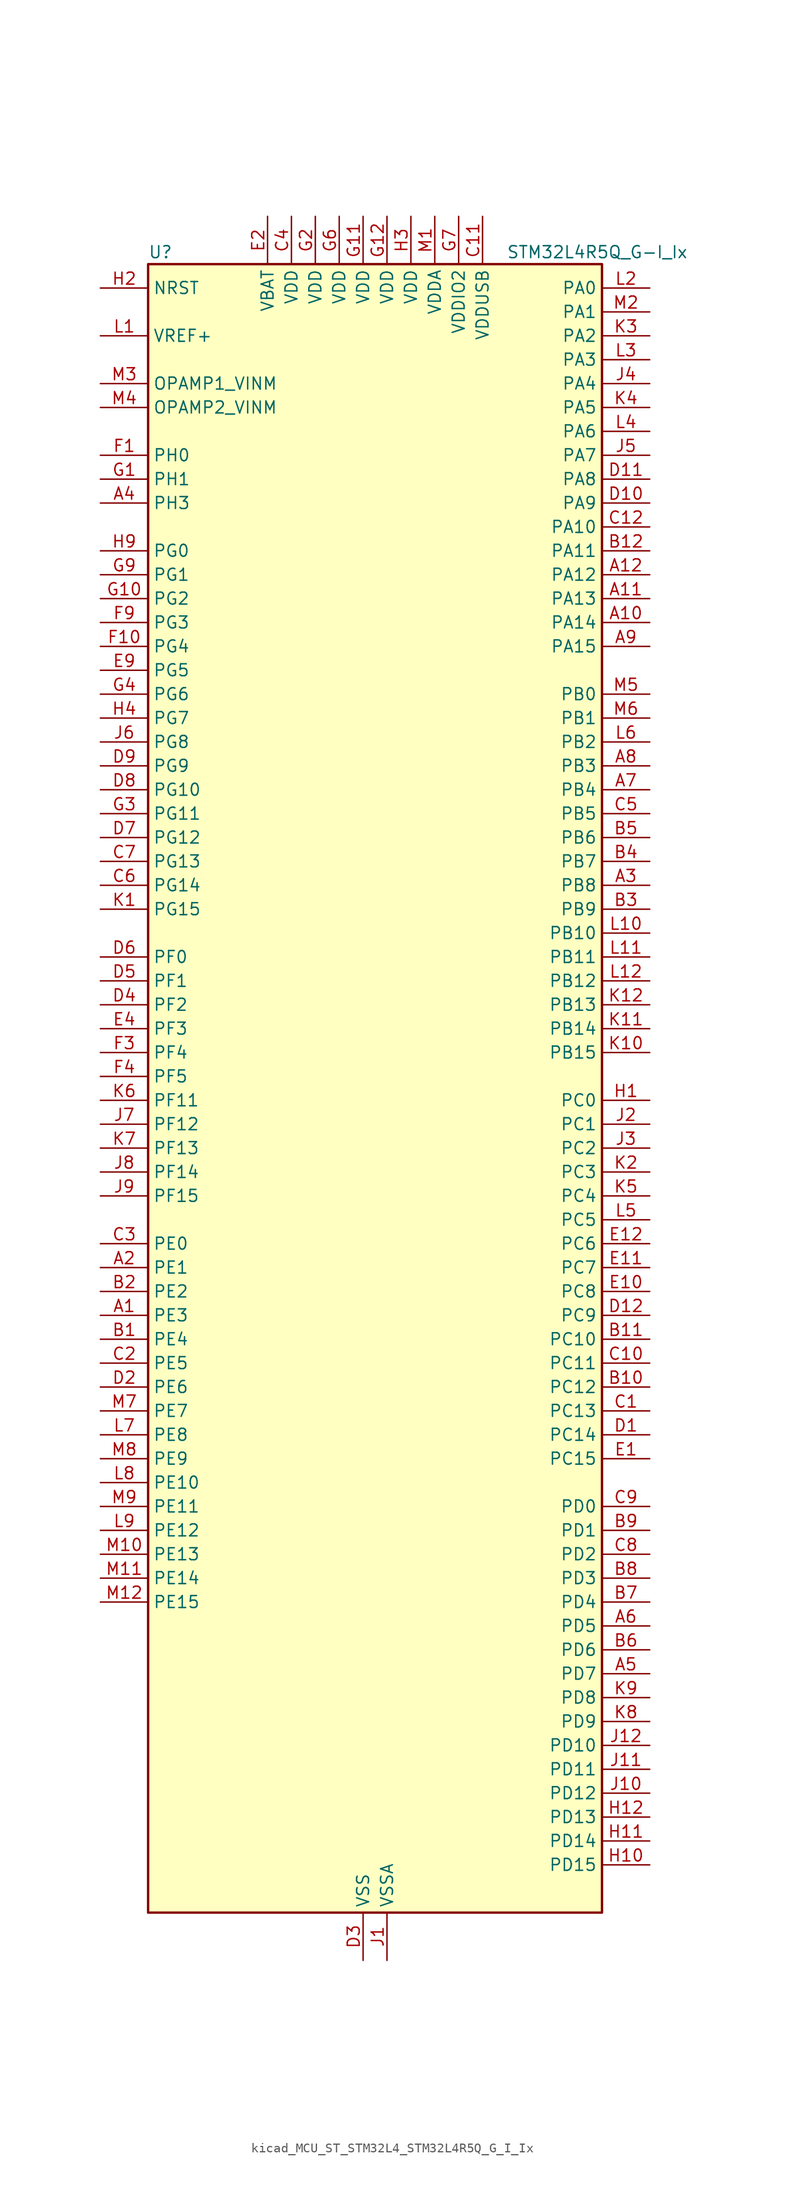
<source format=kicad_sym>
(kicad_symbol_lib
  (version 20220914)
  (generator kicad_symbol_editor)
  (symbol "kicad_MCU_ST_STM32L4_STM32L4R5Q_G_I_Ix"
    (property "Reference" "U"
      (at -22.86 90.17 0)
      (effects (font (size 1.27 1.27)) (justify left)))
    (property "Value" "STM32L4R5Q_G-I_Ix"
      (at 15.24 90.17 0)
      (effects (font (size 1.27 1.27)) (justify left)))
    (property "ki_locked" ""
      (at 0 0 0)
      (effects (font (size 1.27 1.27))))
    (symbol "kicad_MCU_ST_STM32L4_STM32L4R5Q_G_I_Ix_0_1"
      (rectangle (start -22.86 -86.36) (end 25.4 88.9) (stroke (width 0.254) (type default)) (fill (type background))))
    (symbol "kicad_MCU_ST_STM32L4_STM32L4R5Q_G_I_Ix_1_1"
      (pin bidirectional line (at -27.94 -22.86 0) (length 5.08) (name "PE3" (effects (font (size 1.27 1.27)))) (number "A1" (effects (font (size 1.27 1.27)))) (alternate "FMC_A19" bidirectional line) (alternate "OCTOSPIM_P1_DQS" bidirectional line) (alternate "SAI1_SD_B" bidirectional line) (alternate "SYS_TRACED0" bidirectional line) (alternate "TIM3_CH1" bidirectional line) (alternate "TSC_G7_IO2" bidirectional line))
      (pin bidirectional line (at 30.48 50.8 180) (length 5.08) (name "PA14" (effects (font (size 1.27 1.27)))) (number "A10" (effects (font (size 1.27 1.27)))) (alternate "I2C1_SMBA" bidirectional line) (alternate "I2C4_SMBA" bidirectional line) (alternate "LPTIM1_OUT" bidirectional line) (alternate "SAI1_FS_B" bidirectional line) (alternate "SYS_JTCK-SWCLK" bidirectional line) (alternate "USB_OTG_FS_SOF" bidirectional line))
      (pin bidirectional line (at 30.48 53.34 180) (length 5.08) (name "PA13" (effects (font (size 1.27 1.27)))) (number "A11" (effects (font (size 1.27 1.27)))) (alternate "IR_OUT" bidirectional line) (alternate "SAI1_SD_B" bidirectional line) (alternate "SYS_JTMS-SWDIO" bidirectional line) (alternate "USB_OTG_FS_NOE" bidirectional line))
      (pin bidirectional line (at 30.48 55.88 180) (length 5.08) (name "PA12" (effects (font (size 1.27 1.27)))) (number "A12" (effects (font (size 1.27 1.27)))) (alternate "CAN1_TX" bidirectional line) (alternate "SPI1_MOSI" bidirectional line) (alternate "TIM1_ETR" bidirectional line) (alternate "USART1_DE" bidirectional line) (alternate "USART1_RTS" bidirectional line) (alternate "USB_OTG_FS_DP" bidirectional line))
      (pin bidirectional line (at -27.94 -17.78 0) (length 5.08) (name "PE1" (effects (font (size 1.27 1.27)))) (number "A2" (effects (font (size 1.27 1.27)))) (alternate "DCMI_D3" bidirectional line) (alternate "FMC_NBL1" bidirectional line) (alternate "TIM17_CH1" bidirectional line))
      (pin bidirectional line (at 30.48 22.86 180) (length 5.08) (name "PB8" (effects (font (size 1.27 1.27)))) (number "A3" (effects (font (size 1.27 1.27)))) (alternate "CAN1_RX" bidirectional line) (alternate "DCMI_D6" bidirectional line) (alternate "DFSDM1_CKOUT" bidirectional line) (alternate "DFSDM1_DATIN6" bidirectional line) (alternate "I2C1_SCL" bidirectional line) (alternate "SAI1_CK1" bidirectional line) (alternate "SAI1_MCLK_A" bidirectional line) (alternate "SDMMC1_CKIN" bidirectional line) (alternate "SDMMC1_D4" bidirectional line) (alternate "TIM16_CH1" bidirectional line) (alternate "TIM4_CH3" bidirectional line))
      (pin bidirectional line (at -27.94 63.5 0) (length 5.08) (name "PH3" (effects (font (size 1.27 1.27)))) (number "A4" (effects (font (size 1.27 1.27)))))
      (pin bidirectional line (at 30.48 -60.96 180) (length 5.08) (name "PD7" (effects (font (size 1.27 1.27)))) (number "A5" (effects (font (size 1.27 1.27)))) (alternate "DFSDM1_CKIN1" bidirectional line) (alternate "FMC_NCE" bidirectional line) (alternate "FMC_NE1" bidirectional line) (alternate "OCTOSPIM_P1_IO7" bidirectional line) (alternate "USART2_CK" bidirectional line))
      (pin bidirectional line (at 30.48 -55.88 180) (length 5.08) (name "PD5" (effects (font (size 1.27 1.27)))) (number "A6" (effects (font (size 1.27 1.27)))) (alternate "FMC_NWE" bidirectional line) (alternate "OCTOSPIM_P1_IO5" bidirectional line) (alternate "USART2_TX" bidirectional line))
      (pin bidirectional line (at 30.48 33.02 180) (length 5.08) (name "PB4" (effects (font (size 1.27 1.27)))) (number "A7" (effects (font (size 1.27 1.27)))) (alternate "COMP2_INP" bidirectional line) (alternate "DCMI_D12" bidirectional line) (alternate "I2C3_SDA" bidirectional line) (alternate "SAI1_MCLK_B" bidirectional line) (alternate "SPI1_MISO" bidirectional line) (alternate "SPI3_MISO" bidirectional line) (alternate "SYS_JTRST" bidirectional line) (alternate "TIM17_BKIN" bidirectional line) (alternate "TIM3_CH1" bidirectional line) (alternate "TSC_G2_IO1" bidirectional line) (alternate "UART5_DE" bidirectional line) (alternate "UART5_RTS" bidirectional line) (alternate "USART1_CTS" bidirectional line) (alternate "USART1_NSS" bidirectional line))
      (pin bidirectional line (at 30.48 35.56 180) (length 5.08) (name "PB3" (effects (font (size 1.27 1.27)))) (number "A8" (effects (font (size 1.27 1.27)))) (alternate "COMP2_INM" bidirectional line) (alternate "CRS_SYNC" bidirectional line) (alternate "SAI1_SCK_B" bidirectional line) (alternate "SPI1_SCK" bidirectional line) (alternate "SPI3_SCK" bidirectional line) (alternate "SYS_JTDO-SWO" bidirectional line) (alternate "TIM2_CH2" bidirectional line) (alternate "USART1_DE" bidirectional line) (alternate "USART1_RTS" bidirectional line))
      (pin bidirectional line (at 30.48 48.26 180) (length 5.08) (name "PA15" (effects (font (size 1.27 1.27)))) (number "A9" (effects (font (size 1.27 1.27)))) (alternate "ADC1_EXTI15" bidirectional line) (alternate "SAI2_FS_B" bidirectional line) (alternate "SPI1_NSS" bidirectional line) (alternate "SPI3_NSS" bidirectional line) (alternate "SYS_JTDI" bidirectional line) (alternate "TIM2_CH1" bidirectional line) (alternate "TIM2_ETR" bidirectional line) (alternate "TSC_G3_IO1" bidirectional line) (alternate "UART4_DE" bidirectional line) (alternate "UART4_RTS" bidirectional line) (alternate "USART2_RX" bidirectional line) (alternate "USART3_DE" bidirectional line) (alternate "USART3_RTS" bidirectional line))
      (pin bidirectional line (at -27.94 -25.4 0) (length 5.08) (name "PE4" (effects (font (size 1.27 1.27)))) (number "B1" (effects (font (size 1.27 1.27)))) (alternate "DCMI_D4" bidirectional line) (alternate "DFSDM1_DATIN3" bidirectional line) (alternate "FMC_A20" bidirectional line) (alternate "SAI1_D2" bidirectional line) (alternate "SAI1_FS_A" bidirectional line) (alternate "SYS_TRACED1" bidirectional line) (alternate "TIM3_CH2" bidirectional line) (alternate "TSC_G7_IO3" bidirectional line))
      (pin bidirectional line (at 30.48 -30.48 180) (length 5.08) (name "PC12" (effects (font (size 1.27 1.27)))) (number "B10" (effects (font (size 1.27 1.27)))) (alternate "DCMI_D9" bidirectional line) (alternate "SAI2_SD_B" bidirectional line) (alternate "SDMMC1_CK" bidirectional line) (alternate "SPI3_MOSI" bidirectional line) (alternate "SYS_TRACED3" bidirectional line) (alternate "TSC_G3_IO4" bidirectional line) (alternate "UART5_TX" bidirectional line) (alternate "USART3_CK" bidirectional line))
      (pin bidirectional line (at 30.48 -25.4 180) (length 5.08) (name "PC10" (effects (font (size 1.27 1.27)))) (number "B11" (effects (font (size 1.27 1.27)))) (alternate "DCMI_D8" bidirectional line) (alternate "SAI2_SCK_B" bidirectional line) (alternate "SDMMC1_D2" bidirectional line) (alternate "SPI3_SCK" bidirectional line) (alternate "SYS_TRACED1" bidirectional line) (alternate "TSC_G3_IO2" bidirectional line) (alternate "UART4_TX" bidirectional line) (alternate "USART3_TX" bidirectional line))
      (pin bidirectional line (at 30.48 58.42 180) (length 5.08) (name "PA11" (effects (font (size 1.27 1.27)))) (number "B12" (effects (font (size 1.27 1.27)))) (alternate "ADC1_EXTI11" bidirectional line) (alternate "CAN1_RX" bidirectional line) (alternate "SPI1_MISO" bidirectional line) (alternate "TIM1_BKIN2" bidirectional line) (alternate "TIM1_CH4" bidirectional line) (alternate "USART1_CTS" bidirectional line) (alternate "USART1_NSS" bidirectional line) (alternate "USB_OTG_FS_DM" bidirectional line))
      (pin bidirectional line (at -27.94 -20.32 0) (length 5.08) (name "PE2" (effects (font (size 1.27 1.27)))) (number "B2" (effects (font (size 1.27 1.27)))) (alternate "FMC_A23" bidirectional line) (alternate "SAI1_CK1" bidirectional line) (alternate "SAI1_MCLK_A" bidirectional line) (alternate "SYS_TRACECLK" bidirectional line) (alternate "TIM3_ETR" bidirectional line) (alternate "TSC_G7_IO1" bidirectional line))
      (pin bidirectional line (at 30.48 20.32 180) (length 5.08) (name "PB9" (effects (font (size 1.27 1.27)))) (number "B3" (effects (font (size 1.27 1.27)))) (alternate "CAN1_TX" bidirectional line) (alternate "DAC1_EXTI9" bidirectional line) (alternate "DCMI_D7" bidirectional line) (alternate "DFSDM1_CKIN6" bidirectional line) (alternate "I2C1_SDA" bidirectional line) (alternate "IR_OUT" bidirectional line) (alternate "SAI1_D2" bidirectional line) (alternate "SAI1_FS_A" bidirectional line) (alternate "SDMMC1_CDIR" bidirectional line) (alternate "SDMMC1_D5" bidirectional line) (alternate "SPI2_NSS" bidirectional line) (alternate "TIM17_CH1" bidirectional line) (alternate "TIM4_CH4" bidirectional line))
      (pin bidirectional line (at 30.48 25.4 180) (length 5.08) (name "PB7" (effects (font (size 1.27 1.27)))) (number "B4" (effects (font (size 1.27 1.27)))) (alternate "COMP2_INM" bidirectional line) (alternate "DCMI_VSYNC" bidirectional line) (alternate "DFSDM1_CKIN5" bidirectional line) (alternate "FMC_NL" bidirectional line) (alternate "I2C1_SDA" bidirectional line) (alternate "I2C4_SDA" bidirectional line) (alternate "LPTIM1_IN2" bidirectional line) (alternate "SYS_PVD_IN" bidirectional line) (alternate "TIM17_CH1N" bidirectional line) (alternate "TIM4_CH2" bidirectional line) (alternate "TIM8_BKIN" bidirectional line) (alternate "TSC_G2_IO4" bidirectional line) (alternate "UART4_CTS" bidirectional line) (alternate "USART1_RX" bidirectional line))
      (pin bidirectional line (at 30.48 27.94 180) (length 5.08) (name "PB6" (effects (font (size 1.27 1.27)))) (number "B5" (effects (font (size 1.27 1.27)))) (alternate "COMP2_INP" bidirectional line) (alternate "DCMI_D5" bidirectional line) (alternate "DFSDM1_DATIN5" bidirectional line) (alternate "I2C1_SCL" bidirectional line) (alternate "I2C4_SCL" bidirectional line) (alternate "LPTIM1_ETR" bidirectional line) (alternate "SAI1_FS_B" bidirectional line) (alternate "TIM16_CH1N" bidirectional line) (alternate "TIM4_CH1" bidirectional line) (alternate "TIM8_BKIN2" bidirectional line) (alternate "TSC_G2_IO3" bidirectional line) (alternate "USART1_TX" bidirectional line))
      (pin bidirectional line (at 30.48 -58.42 180) (length 5.08) (name "PD6" (effects (font (size 1.27 1.27)))) (number "B6" (effects (font (size 1.27 1.27)))) (alternate "DCMI_D10" bidirectional line) (alternate "DFSDM1_DATIN1" bidirectional line) (alternate "FMC_NWAIT" bidirectional line) (alternate "OCTOSPIM_P1_IO6" bidirectional line) (alternate "SAI1_D1" bidirectional line) (alternate "SAI1_SD_A" bidirectional line) (alternate "SPI3_MOSI" bidirectional line) (alternate "USART2_RX" bidirectional line))
      (pin bidirectional line (at 30.48 -53.34 180) (length 5.08) (name "PD4" (effects (font (size 1.27 1.27)))) (number "B7" (effects (font (size 1.27 1.27)))) (alternate "DFSDM1_CKIN0" bidirectional line) (alternate "FMC_NOE" bidirectional line) (alternate "OCTOSPIM_P1_IO4" bidirectional line) (alternate "SPI2_MOSI" bidirectional line) (alternate "USART2_DE" bidirectional line) (alternate "USART2_RTS" bidirectional line))
      (pin bidirectional line (at 30.48 -50.8 180) (length 5.08) (name "PD3" (effects (font (size 1.27 1.27)))) (number "B8" (effects (font (size 1.27 1.27)))) (alternate "DCMI_D5" bidirectional line) (alternate "DFSDM1_DATIN0" bidirectional line) (alternate "FMC_CLK" bidirectional line) (alternate "OCTOSPIM_P2_NCS" bidirectional line) (alternate "SPI2_MISO" bidirectional line) (alternate "SPI2_SCK" bidirectional line) (alternate "USART2_CTS" bidirectional line) (alternate "USART2_NSS" bidirectional line))
      (pin bidirectional line (at 30.48 -45.72 180) (length 5.08) (name "PD1" (effects (font (size 1.27 1.27)))) (number "B9" (effects (font (size 1.27 1.27)))) (alternate "CAN1_TX" bidirectional line) (alternate "DFSDM1_CKIN7" bidirectional line) (alternate "FMC_D3" bidirectional line) (alternate "FMC_DA3" bidirectional line) (alternate "SPI2_SCK" bidirectional line))
      (pin bidirectional line (at 30.48 -33.02 180) (length 5.08) (name "PC13" (effects (font (size 1.27 1.27)))) (number "C1" (effects (font (size 1.27 1.27)))) (alternate "RTC_OUT_ALARM" bidirectional line) (alternate "RTC_OUT_CALIB" bidirectional line) (alternate "RTC_TAMP1" bidirectional line) (alternate "RTC_TS" bidirectional line) (alternate "SYS_WKUP2" bidirectional line))
      (pin bidirectional line (at 30.48 -27.94 180) (length 5.08) (name "PC11" (effects (font (size 1.27 1.27)))) (number "C10" (effects (font (size 1.27 1.27)))) (alternate "ADC1_EXTI11" bidirectional line) (alternate "DCMI_D2" bidirectional line) (alternate "DCMI_D4" bidirectional line) (alternate "OCTOSPIM_P1_NCS" bidirectional line) (alternate "SAI2_MCLK_B" bidirectional line) (alternate "SDMMC1_D3" bidirectional line) (alternate "SPI3_MISO" bidirectional line) (alternate "TSC_G3_IO3" bidirectional line) (alternate "UART4_RX" bidirectional line) (alternate "USART3_RX" bidirectional line))
      (pin power_in line (at 12.7 93.98 270) (length 5.08) (name "VDDUSB" (effects (font (size 1.27 1.27)))) (number "C11" (effects (font (size 1.27 1.27)))))
      (pin bidirectional line (at 30.48 60.96 180) (length 5.08) (name "PA10" (effects (font (size 1.27 1.27)))) (number "C12" (effects (font (size 1.27 1.27)))) (alternate "DCMI_D1" bidirectional line) (alternate "SAI1_D1" bidirectional line) (alternate "SAI1_SD_A" bidirectional line) (alternate "TIM17_BKIN" bidirectional line) (alternate "TIM1_CH3" bidirectional line) (alternate "USART1_RX" bidirectional line) (alternate "USB_OTG_FS_ID" bidirectional line))
      (pin bidirectional line (at -27.94 -27.94 0) (length 5.08) (name "PE5" (effects (font (size 1.27 1.27)))) (number "C2" (effects (font (size 1.27 1.27)))) (alternate "DCMI_D6" bidirectional line) (alternate "DFSDM1_CKIN3" bidirectional line) (alternate "FMC_A21" bidirectional line) (alternate "SAI1_CK2" bidirectional line) (alternate "SAI1_SCK_A" bidirectional line) (alternate "SYS_TRACED2" bidirectional line) (alternate "TIM3_CH3" bidirectional line) (alternate "TSC_G7_IO4" bidirectional line))
      (pin bidirectional line (at -27.94 -15.24 0) (length 5.08) (name "PE0" (effects (font (size 1.27 1.27)))) (number "C3" (effects (font (size 1.27 1.27)))) (alternate "DCMI_D2" bidirectional line) (alternate "FMC_NBL0" bidirectional line) (alternate "TIM16_CH1" bidirectional line) (alternate "TIM4_ETR" bidirectional line))
      (pin power_in line (at -7.62 93.98 270) (length 5.08) (name "VDD" (effects (font (size 1.27 1.27)))) (number "C4" (effects (font (size 1.27 1.27)))))
      (pin bidirectional line (at 30.48 30.48 180) (length 5.08) (name "PB5" (effects (font (size 1.27 1.27)))) (number "C5" (effects (font (size 1.27 1.27)))) (alternate "COMP2_OUT" bidirectional line) (alternate "DCMI_D10" bidirectional line) (alternate "I2C1_SMBA" bidirectional line) (alternate "LPTIM1_IN1" bidirectional line) (alternate "SAI1_SD_B" bidirectional line) (alternate "SPI1_MOSI" bidirectional line) (alternate "SPI3_MOSI" bidirectional line) (alternate "TIM16_BKIN" bidirectional line) (alternate "TIM3_CH2" bidirectional line) (alternate "TSC_G2_IO2" bidirectional line) (alternate "UART5_CTS" bidirectional line) (alternate "USART1_CK" bidirectional line))
      (pin bidirectional line (at -27.94 22.86 0) (length 5.08) (name "PG14" (effects (font (size 1.27 1.27)))) (number "C6" (effects (font (size 1.27 1.27)))) (alternate "FMC_A25" bidirectional line) (alternate "I2C1_SCL" bidirectional line))
      (pin bidirectional line (at -27.94 25.4 0) (length 5.08) (name "PG13" (effects (font (size 1.27 1.27)))) (number "C7" (effects (font (size 1.27 1.27)))) (alternate "FMC_A24" bidirectional line) (alternate "I2C1_SDA" bidirectional line) (alternate "USART1_CK" bidirectional line))
      (pin bidirectional line (at 30.48 -48.26 180) (length 5.08) (name "PD2" (effects (font (size 1.27 1.27)))) (number "C8" (effects (font (size 1.27 1.27)))) (alternate "DCMI_D11" bidirectional line) (alternate "SDMMC1_CMD" bidirectional line) (alternate "SYS_TRACED2" bidirectional line) (alternate "TIM3_ETR" bidirectional line) (alternate "TSC_SYNC" bidirectional line) (alternate "UART5_RX" bidirectional line) (alternate "USART3_DE" bidirectional line) (alternate "USART3_RTS" bidirectional line))
      (pin bidirectional line (at 30.48 -43.18 180) (length 5.08) (name "PD0" (effects (font (size 1.27 1.27)))) (number "C9" (effects (font (size 1.27 1.27)))) (alternate "CAN1_RX" bidirectional line) (alternate "DFSDM1_DATIN7" bidirectional line) (alternate "FMC_D2" bidirectional line) (alternate "FMC_DA2" bidirectional line) (alternate "SPI2_NSS" bidirectional line))
      (pin bidirectional line (at 30.48 -35.56 180) (length 5.08) (name "PC14" (effects (font (size 1.27 1.27)))) (number "D1" (effects (font (size 1.27 1.27)))) (alternate "RCC_OSC32_IN" bidirectional line))
      (pin bidirectional line (at 30.48 63.5 180) (length 5.08) (name "PA9" (effects (font (size 1.27 1.27)))) (number "D10" (effects (font (size 1.27 1.27)))) (alternate "DAC1_EXTI9" bidirectional line) (alternate "DCMI_D0" bidirectional line) (alternate "SAI1_FS_A" bidirectional line) (alternate "SPI2_SCK" bidirectional line) (alternate "TIM15_BKIN" bidirectional line) (alternate "TIM1_CH2" bidirectional line) (alternate "USART1_TX" bidirectional line) (alternate "USB_OTG_FS_VBUS" bidirectional line))
      (pin bidirectional line (at 30.48 66.04 180) (length 5.08) (name "PA8" (effects (font (size 1.27 1.27)))) (number "D11" (effects (font (size 1.27 1.27)))) (alternate "LPTIM2_OUT" bidirectional line) (alternate "RCC_MCO" bidirectional line) (alternate "SAI1_CK2" bidirectional line) (alternate "SAI1_SCK_A" bidirectional line) (alternate "TIM1_CH1" bidirectional line) (alternate "USART1_CK" bidirectional line) (alternate "USB_OTG_FS_SOF" bidirectional line))
      (pin bidirectional line (at 30.48 -22.86 180) (length 5.08) (name "PC9" (effects (font (size 1.27 1.27)))) (number "D12" (effects (font (size 1.27 1.27)))) (alternate "DAC1_EXTI9" bidirectional line) (alternate "DCMI_D3" bidirectional line) (alternate "I2C3_SDA" bidirectional line) (alternate "SAI2_EXTCLK" bidirectional line) (alternate "SDMMC1_D1" bidirectional line) (alternate "SYS_TRACED0" bidirectional line) (alternate "TIM3_CH4" bidirectional line) (alternate "TIM8_BKIN2" bidirectional line) (alternate "TIM8_CH4" bidirectional line) (alternate "TSC_G4_IO4" bidirectional line) (alternate "USB_OTG_FS_NOE" bidirectional line))
      (pin bidirectional line (at -27.94 -30.48 0) (length 5.08) (name "PE6" (effects (font (size 1.27 1.27)))) (number "D2" (effects (font (size 1.27 1.27)))) (alternate "DCMI_D7" bidirectional line) (alternate "FMC_A22" bidirectional line) (alternate "RTC_TAMP3" bidirectional line) (alternate "SAI1_D1" bidirectional line) (alternate "SAI1_SD_A" bidirectional line) (alternate "SYS_TRACED3" bidirectional line) (alternate "SYS_WKUP3" bidirectional line) (alternate "TIM3_CH4" bidirectional line))
      (pin power_in line (at 0 -91.44 90) (length 5.08) (name "VSS" (effects (font (size 1.27 1.27)))) (number "D3" (effects (font (size 1.27 1.27)))))
      (pin bidirectional line (at -27.94 10.16 0) (length 5.08) (name "PF2" (effects (font (size 1.27 1.27)))) (number "D4" (effects (font (size 1.27 1.27)))) (alternate "FMC_A2" bidirectional line) (alternate "I2C2_SMBA" bidirectional line) (alternate "OCTOSPIM_P2_IO2" bidirectional line))
      (pin bidirectional line (at -27.94 12.7 0) (length 5.08) (name "PF1" (effects (font (size 1.27 1.27)))) (number "D5" (effects (font (size 1.27 1.27)))) (alternate "FMC_A1" bidirectional line) (alternate "I2C2_SCL" bidirectional line) (alternate "OCTOSPIM_P2_IO1" bidirectional line))
      (pin bidirectional line (at -27.94 15.24 0) (length 5.08) (name "PF0" (effects (font (size 1.27 1.27)))) (number "D6" (effects (font (size 1.27 1.27)))) (alternate "FMC_A0" bidirectional line) (alternate "I2C2_SDA" bidirectional line) (alternate "OCTOSPIM_P2_IO0" bidirectional line))
      (pin bidirectional line (at -27.94 27.94 0) (length 5.08) (name "PG12" (effects (font (size 1.27 1.27)))) (number "D7" (effects (font (size 1.27 1.27)))) (alternate "FMC_NE4" bidirectional line) (alternate "LPTIM1_ETR" bidirectional line) (alternate "OCTOSPIM_P2_NCS" bidirectional line) (alternate "SAI2_SD_A" bidirectional line) (alternate "SPI3_NSS" bidirectional line) (alternate "USART1_DE" bidirectional line) (alternate "USART1_RTS" bidirectional line))
      (pin bidirectional line (at -27.94 33.02 0) (length 5.08) (name "PG10" (effects (font (size 1.27 1.27)))) (number "D8" (effects (font (size 1.27 1.27)))) (alternate "FMC_NE3" bidirectional line) (alternate "LPTIM1_IN1" bidirectional line) (alternate "OCTOSPIM_P2_IO7" bidirectional line) (alternate "SAI2_FS_A" bidirectional line) (alternate "SPI3_MISO" bidirectional line) (alternate "TIM15_CH1" bidirectional line) (alternate "USART1_RX" bidirectional line))
      (pin bidirectional line (at -27.94 35.56 0) (length 5.08) (name "PG9" (effects (font (size 1.27 1.27)))) (number "D9" (effects (font (size 1.27 1.27)))) (alternate "DAC1_EXTI9" bidirectional line) (alternate "FMC_NCE" bidirectional line) (alternate "FMC_NE2" bidirectional line) (alternate "OCTOSPIM_P2_IO6" bidirectional line) (alternate "SAI2_SCK_A" bidirectional line) (alternate "SPI3_SCK" bidirectional line) (alternate "TIM15_CH1N" bidirectional line) (alternate "USART1_TX" bidirectional line))
      (pin bidirectional line (at 30.48 -38.1 180) (length 5.08) (name "PC15" (effects (font (size 1.27 1.27)))) (number "E1" (effects (font (size 1.27 1.27)))) (alternate "ADC1_EXTI15" bidirectional line) (alternate "RCC_OSC32_OUT" bidirectional line))
      (pin bidirectional line (at 30.48 -20.32 180) (length 5.08) (name "PC8" (effects (font (size 1.27 1.27)))) (number "E10" (effects (font (size 1.27 1.27)))) (alternate "DCMI_D2" bidirectional line) (alternate "SDMMC1_D0" bidirectional line) (alternate "TIM3_CH3" bidirectional line) (alternate "TIM8_CH3" bidirectional line) (alternate "TSC_G4_IO3" bidirectional line))
      (pin bidirectional line (at 30.48 -17.78 180) (length 5.08) (name "PC7" (effects (font (size 1.27 1.27)))) (number "E11" (effects (font (size 1.27 1.27)))) (alternate "DCMI_D1" bidirectional line) (alternate "DFSDM1_DATIN3" bidirectional line) (alternate "SAI2_MCLK_B" bidirectional line) (alternate "SDMMC1_D123DIR" bidirectional line) (alternate "SDMMC1_D7" bidirectional line) (alternate "TIM3_CH2" bidirectional line) (alternate "TIM8_CH2" bidirectional line) (alternate "TSC_G4_IO2" bidirectional line))
      (pin bidirectional line (at 30.48 -15.24 180) (length 5.08) (name "PC6" (effects (font (size 1.27 1.27)))) (number "E12" (effects (font (size 1.27 1.27)))) (alternate "DCMI_D0" bidirectional line) (alternate "DFSDM1_CKIN3" bidirectional line) (alternate "SAI2_MCLK_A" bidirectional line) (alternate "SDMMC1_D0DIR" bidirectional line) (alternate "SDMMC1_D6" bidirectional line) (alternate "TIM3_CH1" bidirectional line) (alternate "TIM8_CH1" bidirectional line) (alternate "TSC_G4_IO1" bidirectional line))
      (pin power_in line (at -10.16 93.98 270) (length 5.08) (name "VBAT" (effects (font (size 1.27 1.27)))) (number "E2" (effects (font (size 1.27 1.27)))))
      (pin passive line (at 0 -91.44 90) (length 5.08) hide (name "VSS" (effects (font (size 1.27 1.27)))) (number "E3" (effects (font (size 1.27 1.27)))))
      (pin bidirectional line (at -27.94 7.62 0) (length 5.08) (name "PF3" (effects (font (size 1.27 1.27)))) (number "E4" (effects (font (size 1.27 1.27)))) (alternate "FMC_A3" bidirectional line) (alternate "OCTOSPIM_P2_IO3" bidirectional line))
      (pin bidirectional line (at -27.94 45.72 0) (length 5.08) (name "PG5" (effects (font (size 1.27 1.27)))) (number "E9" (effects (font (size 1.27 1.27)))) (alternate "FMC_A15" bidirectional line) (alternate "LPUART1_CTS" bidirectional line) (alternate "SAI2_SD_B" bidirectional line) (alternate "SPI1_NSS" bidirectional line))
      (pin bidirectional line (at -27.94 68.58 0) (length 5.08) (name "PH0" (effects (font (size 1.27 1.27)))) (number "F1" (effects (font (size 1.27 1.27)))) (alternate "RCC_OSC_IN" bidirectional line))
      (pin bidirectional line (at -27.94 48.26 0) (length 5.08) (name "PG4" (effects (font (size 1.27 1.27)))) (number "F10" (effects (font (size 1.27 1.27)))) (alternate "FMC_A14" bidirectional line) (alternate "SAI2_MCLK_B" bidirectional line) (alternate "SPI1_MOSI" bidirectional line))
      (pin passive line (at 0 -91.44 90) (length 5.08) hide (name "VSS" (effects (font (size 1.27 1.27)))) (number "F11" (effects (font (size 1.27 1.27)))))
      (pin passive line (at 0 -91.44 90) (length 5.08) hide (name "VSS" (effects (font (size 1.27 1.27)))) (number "F12" (effects (font (size 1.27 1.27)))))
      (pin passive line (at 0 -91.44 90) (length 5.08) hide (name "VSS" (effects (font (size 1.27 1.27)))) (number "F2" (effects (font (size 1.27 1.27)))))
      (pin bidirectional line (at -27.94 5.08 0) (length 5.08) (name "PF4" (effects (font (size 1.27 1.27)))) (number "F3" (effects (font (size 1.27 1.27)))) (alternate "FMC_A4" bidirectional line) (alternate "OCTOSPIM_P2_CLK" bidirectional line))
      (pin bidirectional line (at -27.94 2.54 0) (length 5.08) (name "PF5" (effects (font (size 1.27 1.27)))) (number "F4" (effects (font (size 1.27 1.27)))) (alternate "FMC_A5" bidirectional line))
      (pin passive line (at 0 -91.44 90) (length 5.08) hide (name "VSS" (effects (font (size 1.27 1.27)))) (number "F6" (effects (font (size 1.27 1.27)))))
      (pin passive line (at 0 -91.44 90) (length 5.08) hide (name "VSS" (effects (font (size 1.27 1.27)))) (number "F7" (effects (font (size 1.27 1.27)))))
      (pin bidirectional line (at -27.94 50.8 0) (length 5.08) (name "PG3" (effects (font (size 1.27 1.27)))) (number "F9" (effects (font (size 1.27 1.27)))) (alternate "FMC_A13" bidirectional line) (alternate "SAI2_FS_B" bidirectional line) (alternate "SPI1_MISO" bidirectional line))
      (pin bidirectional line (at -27.94 66.04 0) (length 5.08) (name "PH1" (effects (font (size 1.27 1.27)))) (number "G1" (effects (font (size 1.27 1.27)))) (alternate "RCC_OSC_OUT" bidirectional line))
      (pin bidirectional line (at -27.94 53.34 0) (length 5.08) (name "PG2" (effects (font (size 1.27 1.27)))) (number "G10" (effects (font (size 1.27 1.27)))) (alternate "FMC_A12" bidirectional line) (alternate "SAI2_SCK_B" bidirectional line) (alternate "SPI1_SCK" bidirectional line))
      (pin power_in line (at 0 93.98 270) (length 5.08) (name "VDD" (effects (font (size 1.27 1.27)))) (number "G11" (effects (font (size 1.27 1.27)))))
      (pin power_in line (at 2.54 93.98 270) (length 5.08) (name "VDD" (effects (font (size 1.27 1.27)))) (number "G12" (effects (font (size 1.27 1.27)))))
      (pin power_in line (at -5.08 93.98 270) (length 5.08) (name "VDD" (effects (font (size 1.27 1.27)))) (number "G2" (effects (font (size 1.27 1.27)))))
      (pin bidirectional line (at -27.94 30.48 0) (length 5.08) (name "PG11" (effects (font (size 1.27 1.27)))) (number "G3" (effects (font (size 1.27 1.27)))) (alternate "ADC1_EXTI11" bidirectional line) (alternate "LPTIM1_IN2" bidirectional line) (alternate "OCTOSPIM_P1_IO5" bidirectional line) (alternate "SAI2_MCLK_A" bidirectional line) (alternate "SPI3_MOSI" bidirectional line) (alternate "TIM15_CH2" bidirectional line) (alternate "USART1_CTS" bidirectional line) (alternate "USART1_NSS" bidirectional line))
      (pin bidirectional line (at -27.94 43.18 0) (length 5.08) (name "PG6" (effects (font (size 1.27 1.27)))) (number "G4" (effects (font (size 1.27 1.27)))) (alternate "I2C3_SMBA" bidirectional line) (alternate "LPUART1_DE" bidirectional line) (alternate "LPUART1_RTS" bidirectional line) (alternate "OCTOSPIM_P1_DQS" bidirectional line))
      (pin power_in line (at -2.54 93.98 270) (length 5.08) (name "VDD" (effects (font (size 1.27 1.27)))) (number "G6" (effects (font (size 1.27 1.27)))))
      (pin power_in line (at 10.16 93.98 270) (length 5.08) (name "VDDIO2" (effects (font (size 1.27 1.27)))) (number "G7" (effects (font (size 1.27 1.27)))))
      (pin bidirectional line (at -27.94 55.88 0) (length 5.08) (name "PG1" (effects (font (size 1.27 1.27)))) (number "G9" (effects (font (size 1.27 1.27)))) (alternate "FMC_A11" bidirectional line) (alternate "OCTOSPIM_P2_IO5" bidirectional line) (alternate "TSC_G8_IO4" bidirectional line))
      (pin bidirectional line (at 30.48 0 180) (length 5.08) (name "PC0" (effects (font (size 1.27 1.27)))) (number "H1" (effects (font (size 1.27 1.27)))) (alternate "ADC1_IN1" bidirectional line) (alternate "DFSDM1_DATIN4" bidirectional line) (alternate "I2C3_SCL" bidirectional line) (alternate "LPTIM1_IN1" bidirectional line) (alternate "LPTIM2_IN1" bidirectional line) (alternate "LPUART1_RX" bidirectional line) (alternate "SAI2_FS_A" bidirectional line))
      (pin bidirectional line (at 30.48 -81.28 180) (length 5.08) (name "PD15" (effects (font (size 1.27 1.27)))) (number "H10" (effects (font (size 1.27 1.27)))) (alternate "ADC1_EXTI15" bidirectional line) (alternate "FMC_D1" bidirectional line) (alternate "FMC_DA1" bidirectional line) (alternate "TIM4_CH4" bidirectional line))
      (pin bidirectional line (at 30.48 -78.74 180) (length 5.08) (name "PD14" (effects (font (size 1.27 1.27)))) (number "H11" (effects (font (size 1.27 1.27)))) (alternate "FMC_D0" bidirectional line) (alternate "FMC_DA0" bidirectional line) (alternate "TIM4_CH3" bidirectional line))
      (pin bidirectional line (at 30.48 -76.2 180) (length 5.08) (name "PD13" (effects (font (size 1.27 1.27)))) (number "H12" (effects (font (size 1.27 1.27)))) (alternate "FMC_A18" bidirectional line) (alternate "I2C4_SDA" bidirectional line) (alternate "LPTIM2_OUT" bidirectional line) (alternate "TIM4_CH2" bidirectional line) (alternate "TSC_G6_IO4" bidirectional line))
      (pin input line (at -27.94 86.36 0) (length 5.08) (name "NRST" (effects (font (size 1.27 1.27)))) (number "H2" (effects (font (size 1.27 1.27)))))
      (pin power_in line (at 5.08 93.98 270) (length 5.08) (name "VDD" (effects (font (size 1.27 1.27)))) (number "H3" (effects (font (size 1.27 1.27)))))
      (pin bidirectional line (at -27.94 40.64 0) (length 5.08) (name "PG7" (effects (font (size 1.27 1.27)))) (number "H4" (effects (font (size 1.27 1.27)))) (alternate "DFSDM1_CKOUT" bidirectional line) (alternate "FMC_INT" bidirectional line) (alternate "I2C3_SCL" bidirectional line) (alternate "LPUART1_TX" bidirectional line) (alternate "OCTOSPIM_P2_DQS" bidirectional line) (alternate "SAI1_CK1" bidirectional line) (alternate "SAI1_MCLK_A" bidirectional line))
      (pin bidirectional line (at -27.94 58.42 0) (length 5.08) (name "PG0" (effects (font (size 1.27 1.27)))) (number "H9" (effects (font (size 1.27 1.27)))) (alternate "FMC_A10" bidirectional line) (alternate "OCTOSPIM_P2_IO4" bidirectional line) (alternate "TSC_G8_IO3" bidirectional line))
      (pin power_in line (at 2.54 -91.44 90) (length 5.08) (name "VSSA" (effects (font (size 1.27 1.27)))) (number "J1" (effects (font (size 1.27 1.27)))))
      (pin bidirectional line (at 30.48 -73.66 180) (length 5.08) (name "PD12" (effects (font (size 1.27 1.27)))) (number "J10" (effects (font (size 1.27 1.27)))) (alternate "FMC_A17" bidirectional line) (alternate "FMC_ALE" bidirectional line) (alternate "I2C4_SCL" bidirectional line) (alternate "LPTIM2_IN1" bidirectional line) (alternate "SAI2_FS_A" bidirectional line) (alternate "TIM4_CH1" bidirectional line) (alternate "TSC_G6_IO3" bidirectional line) (alternate "USART3_DE" bidirectional line) (alternate "USART3_RTS" bidirectional line))
      (pin bidirectional line (at 30.48 -71.12 180) (length 5.08) (name "PD11" (effects (font (size 1.27 1.27)))) (number "J11" (effects (font (size 1.27 1.27)))) (alternate "ADC1_EXTI11" bidirectional line) (alternate "FMC_A16" bidirectional line) (alternate "FMC_CLE" bidirectional line) (alternate "I2C4_SMBA" bidirectional line) (alternate "LPTIM2_ETR" bidirectional line) (alternate "SAI2_SD_A" bidirectional line) (alternate "TSC_G6_IO2" bidirectional line) (alternate "USART3_CTS" bidirectional line) (alternate "USART3_NSS" bidirectional line))
      (pin bidirectional line (at 30.48 -68.58 180) (length 5.08) (name "PD10" (effects (font (size 1.27 1.27)))) (number "J12" (effects (font (size 1.27 1.27)))) (alternate "FMC_D15" bidirectional line) (alternate "FMC_DA15" bidirectional line) (alternate "SAI2_SCK_A" bidirectional line) (alternate "TSC_G6_IO1" bidirectional line) (alternate "USART3_CK" bidirectional line))
      (pin bidirectional line (at 30.48 -2.54 180) (length 5.08) (name "PC1" (effects (font (size 1.27 1.27)))) (number "J2" (effects (font (size 1.27 1.27)))) (alternate "ADC1_IN2" bidirectional line) (alternate "DFSDM1_CKIN4" bidirectional line) (alternate "I2C3_SDA" bidirectional line) (alternate "LPTIM1_OUT" bidirectional line) (alternate "LPUART1_TX" bidirectional line) (alternate "OCTOSPIM_P1_IO4" bidirectional line) (alternate "SAI1_SD_A" bidirectional line) (alternate "SPI2_MOSI" bidirectional line) (alternate "SYS_TRACED0" bidirectional line))
      (pin bidirectional line (at 30.48 -5.08 180) (length 5.08) (name "PC2" (effects (font (size 1.27 1.27)))) (number "J3" (effects (font (size 1.27 1.27)))) (alternate "ADC1_IN3" bidirectional line) (alternate "DFSDM1_CKOUT" bidirectional line) (alternate "LPTIM1_IN2" bidirectional line) (alternate "OCTOSPIM_P1_IO5" bidirectional line) (alternate "SPI2_MISO" bidirectional line))
      (pin bidirectional line (at 30.48 76.2 180) (length 5.08) (name "PA4" (effects (font (size 1.27 1.27)))) (number "J4" (effects (font (size 1.27 1.27)))) (alternate "ADC1_IN9" bidirectional line) (alternate "DAC1_OUT1" bidirectional line) (alternate "DCMI_HSYNC" bidirectional line) (alternate "LPTIM2_OUT" bidirectional line) (alternate "OCTOSPIM_P1_NCS" bidirectional line) (alternate "SAI1_FS_B" bidirectional line) (alternate "SPI1_NSS" bidirectional line) (alternate "SPI3_NSS" bidirectional line) (alternate "USART2_CK" bidirectional line))
      (pin bidirectional line (at 30.48 68.58 180) (length 5.08) (name "PA7" (effects (font (size 1.27 1.27)))) (number "J5" (effects (font (size 1.27 1.27)))) (alternate "ADC1_IN12" bidirectional line) (alternate "I2C3_SCL" bidirectional line) (alternate "OCTOSPIM_P1_IO2" bidirectional line) (alternate "OPAMP2_VINM" bidirectional line) (alternate "SPI1_MOSI" bidirectional line) (alternate "TIM17_CH1" bidirectional line) (alternate "TIM1_CH1N" bidirectional line) (alternate "TIM3_CH2" bidirectional line) (alternate "TIM8_CH1N" bidirectional line))
      (pin bidirectional line (at -27.94 38.1 0) (length 5.08) (name "PG8" (effects (font (size 1.27 1.27)))) (number "J6" (effects (font (size 1.27 1.27)))) (alternate "I2C3_SDA" bidirectional line) (alternate "LPUART1_RX" bidirectional line))
      (pin bidirectional line (at -27.94 -2.54 0) (length 5.08) (name "PF12" (effects (font (size 1.27 1.27)))) (number "J7" (effects (font (size 1.27 1.27)))) (alternate "FMC_A6" bidirectional line) (alternate "OCTOSPIM_P2_DQS" bidirectional line))
      (pin bidirectional line (at -27.94 -7.62 0) (length 5.08) (name "PF14" (effects (font (size 1.27 1.27)))) (number "J8" (effects (font (size 1.27 1.27)))) (alternate "DFSDM1_CKIN6" bidirectional line) (alternate "FMC_A8" bidirectional line) (alternate "I2C4_SCL" bidirectional line) (alternate "TSC_G8_IO1" bidirectional line))
      (pin bidirectional line (at -27.94 -10.16 0) (length 5.08) (name "PF15" (effects (font (size 1.27 1.27)))) (number "J9" (effects (font (size 1.27 1.27)))) (alternate "ADC1_EXTI15" bidirectional line) (alternate "FMC_A9" bidirectional line) (alternate "I2C4_SDA" bidirectional line) (alternate "TSC_G8_IO2" bidirectional line))
      (pin bidirectional line (at -27.94 20.32 0) (length 5.08) (name "PG15" (effects (font (size 1.27 1.27)))) (number "K1" (effects (font (size 1.27 1.27)))) (alternate "ADC1_EXTI15" bidirectional line) (alternate "DCMI_D13" bidirectional line) (alternate "I2C1_SMBA" bidirectional line) (alternate "LPTIM1_OUT" bidirectional line) (alternate "OCTOSPIM_P2_DQS" bidirectional line))
      (pin bidirectional line (at 30.48 5.08 180) (length 5.08) (name "PB15" (effects (font (size 1.27 1.27)))) (number "K10" (effects (font (size 1.27 1.27)))) (alternate "ADC1_EXTI15" bidirectional line) (alternate "DFSDM1_CKIN2" bidirectional line) (alternate "RTC_REFIN" bidirectional line) (alternate "SAI2_SD_A" bidirectional line) (alternate "SPI2_MOSI" bidirectional line) (alternate "TIM15_CH2" bidirectional line) (alternate "TIM1_CH3N" bidirectional line) (alternate "TIM8_CH3N" bidirectional line) (alternate "TSC_G1_IO4" bidirectional line))
      (pin bidirectional line (at 30.48 7.62 180) (length 5.08) (name "PB14" (effects (font (size 1.27 1.27)))) (number "K11" (effects (font (size 1.27 1.27)))) (alternate "DFSDM1_DATIN2" bidirectional line) (alternate "I2C2_SDA" bidirectional line) (alternate "SAI2_MCLK_A" bidirectional line) (alternate "SPI2_MISO" bidirectional line) (alternate "TIM15_CH1" bidirectional line) (alternate "TIM1_CH2N" bidirectional line) (alternate "TIM8_CH2N" bidirectional line) (alternate "TSC_G1_IO3" bidirectional line) (alternate "USART3_DE" bidirectional line) (alternate "USART3_RTS" bidirectional line))
      (pin bidirectional line (at 30.48 10.16 180) (length 5.08) (name "PB13" (effects (font (size 1.27 1.27)))) (number "K12" (effects (font (size 1.27 1.27)))) (alternate "DFSDM1_CKIN1" bidirectional line) (alternate "I2C2_SCL" bidirectional line) (alternate "LPUART1_CTS" bidirectional line) (alternate "SAI2_SCK_A" bidirectional line) (alternate "SPI2_SCK" bidirectional line) (alternate "TIM15_CH1N" bidirectional line) (alternate "TIM1_CH1N" bidirectional line) (alternate "TSC_G1_IO2" bidirectional line) (alternate "USART3_CTS" bidirectional line) (alternate "USART3_NSS" bidirectional line))
      (pin bidirectional line (at 30.48 -7.62 180) (length 5.08) (name "PC3" (effects (font (size 1.27 1.27)))) (number "K2" (effects (font (size 1.27 1.27)))) (alternate "ADC1_IN4" bidirectional line) (alternate "LPTIM1_ETR" bidirectional line) (alternate "LPTIM2_ETR" bidirectional line) (alternate "OCTOSPIM_P1_IO6" bidirectional line) (alternate "SAI1_D1" bidirectional line) (alternate "SAI1_SD_A" bidirectional line) (alternate "SPI2_MOSI" bidirectional line))
      (pin bidirectional line (at 30.48 81.28 180) (length 5.08) (name "PA2" (effects (font (size 1.27 1.27)))) (number "K3" (effects (font (size 1.27 1.27)))) (alternate "ADC1_IN7" bidirectional line) (alternate "LPUART1_TX" bidirectional line) (alternate "OCTOSPIM_P1_NCS" bidirectional line) (alternate "RCC_LSCO" bidirectional line) (alternate "SAI2_EXTCLK" bidirectional line) (alternate "SYS_WKUP4" bidirectional line) (alternate "TIM15_CH1" bidirectional line) (alternate "TIM2_CH3" bidirectional line) (alternate "TIM5_CH3" bidirectional line) (alternate "USART2_TX" bidirectional line))
      (pin bidirectional line (at 30.48 73.66 180) (length 5.08) (name "PA5" (effects (font (size 1.27 1.27)))) (number "K4" (effects (font (size 1.27 1.27)))) (alternate "ADC1_IN10" bidirectional line) (alternate "DAC1_OUT2" bidirectional line) (alternate "LPTIM2_ETR" bidirectional line) (alternate "SPI1_SCK" bidirectional line) (alternate "TIM2_CH1" bidirectional line) (alternate "TIM2_ETR" bidirectional line) (alternate "TIM8_CH1N" bidirectional line))
      (pin bidirectional line (at 30.48 -10.16 180) (length 5.08) (name "PC4" (effects (font (size 1.27 1.27)))) (number "K5" (effects (font (size 1.27 1.27)))) (alternate "ADC1_IN13" bidirectional line) (alternate "COMP1_INM" bidirectional line) (alternate "OCTOSPIM_P1_IO7" bidirectional line) (alternate "USART3_TX" bidirectional line))
      (pin bidirectional line (at -27.94 0 0) (length 5.08) (name "PF11" (effects (font (size 1.27 1.27)))) (number "K6" (effects (font (size 1.27 1.27)))) (alternate "ADC1_EXTI11" bidirectional line) (alternate "DCMI_D12" bidirectional line))
      (pin bidirectional line (at -27.94 -5.08 0) (length 5.08) (name "PF13" (effects (font (size 1.27 1.27)))) (number "K7" (effects (font (size 1.27 1.27)))) (alternate "DFSDM1_DATIN6" bidirectional line) (alternate "FMC_A7" bidirectional line) (alternate "I2C4_SMBA" bidirectional line))
      (pin bidirectional line (at 30.48 -66.04 180) (length 5.08) (name "PD9" (effects (font (size 1.27 1.27)))) (number "K8" (effects (font (size 1.27 1.27)))) (alternate "DAC1_EXTI9" bidirectional line) (alternate "DCMI_PIXCLK" bidirectional line) (alternate "FMC_D14" bidirectional line) (alternate "FMC_DA14" bidirectional line) (alternate "SAI2_MCLK_A" bidirectional line) (alternate "USART3_RX" bidirectional line))
      (pin bidirectional line (at 30.48 -63.5 180) (length 5.08) (name "PD8" (effects (font (size 1.27 1.27)))) (number "K9" (effects (font (size 1.27 1.27)))) (alternate "DCMI_HSYNC" bidirectional line) (alternate "FMC_D13" bidirectional line) (alternate "FMC_DA13" bidirectional line) (alternate "USART3_TX" bidirectional line))
      (pin input line (at -27.94 81.28 0) (length 5.08) (name "VREF+" (effects (font (size 1.27 1.27)))) (number "L1" (effects (font (size 1.27 1.27)))) (alternate "VREFBUF_OUT" bidirectional line))
      (pin bidirectional line (at 30.48 17.78 180) (length 5.08) (name "PB10" (effects (font (size 1.27 1.27)))) (number "L10" (effects (font (size 1.27 1.27)))) (alternate "COMP1_OUT" bidirectional line) (alternate "DFSDM1_DATIN7" bidirectional line) (alternate "I2C2_SCL" bidirectional line) (alternate "I2C4_SCL" bidirectional line) (alternate "LPUART1_RX" bidirectional line) (alternate "OCTOSPIM_P1_CLK" bidirectional line) (alternate "SAI1_SCK_A" bidirectional line) (alternate "SPI2_SCK" bidirectional line) (alternate "TIM2_CH3" bidirectional line) (alternate "TSC_SYNC" bidirectional line) (alternate "USART3_TX" bidirectional line))
      (pin bidirectional line (at 30.48 15.24 180) (length 5.08) (name "PB11" (effects (font (size 1.27 1.27)))) (number "L11" (effects (font (size 1.27 1.27)))) (alternate "ADC1_EXTI11" bidirectional line) (alternate "COMP2_OUT" bidirectional line) (alternate "DFSDM1_CKIN7" bidirectional line) (alternate "I2C2_SDA" bidirectional line) (alternate "I2C4_SDA" bidirectional line) (alternate "LPUART1_TX" bidirectional line) (alternate "OCTOSPIM_P1_NCS" bidirectional line) (alternate "TIM2_CH4" bidirectional line) (alternate "USART3_RX" bidirectional line))
      (pin bidirectional line (at 30.48 12.7 180) (length 5.08) (name "PB12" (effects (font (size 1.27 1.27)))) (number "L12" (effects (font (size 1.27 1.27)))) (alternate "DFSDM1_DATIN1" bidirectional line) (alternate "I2C2_SMBA" bidirectional line) (alternate "LPUART1_DE" bidirectional line) (alternate "LPUART1_RTS" bidirectional line) (alternate "SAI2_FS_A" bidirectional line) (alternate "SPI2_NSS" bidirectional line) (alternate "TIM15_BKIN" bidirectional line) (alternate "TIM1_BKIN" bidirectional line) (alternate "TSC_G1_IO1" bidirectional line) (alternate "USART3_CK" bidirectional line))
      (pin bidirectional line (at 30.48 86.36 180) (length 5.08) (name "PA0" (effects (font (size 1.27 1.27)))) (number "L2" (effects (font (size 1.27 1.27)))) (alternate "ADC1_IN5" bidirectional line) (alternate "OPAMP1_VINP" bidirectional line) (alternate "RTC_TAMP2" bidirectional line) (alternate "SAI1_EXTCLK" bidirectional line) (alternate "SYS_WKUP1" bidirectional line) (alternate "TIM2_CH1" bidirectional line) (alternate "TIM2_ETR" bidirectional line) (alternate "TIM5_CH1" bidirectional line) (alternate "TIM8_ETR" bidirectional line) (alternate "UART4_TX" bidirectional line) (alternate "USART2_CTS" bidirectional line) (alternate "USART2_NSS" bidirectional line))
      (pin bidirectional line (at 30.48 78.74 180) (length 5.08) (name "PA3" (effects (font (size 1.27 1.27)))) (number "L3" (effects (font (size 1.27 1.27)))) (alternate "ADC1_IN8" bidirectional line) (alternate "LPUART1_RX" bidirectional line) (alternate "OCTOSPIM_P1_CLK" bidirectional line) (alternate "OPAMP1_VOUT" bidirectional line) (alternate "SAI1_CK1" bidirectional line) (alternate "SAI1_MCLK_A" bidirectional line) (alternate "TIM15_CH2" bidirectional line) (alternate "TIM2_CH4" bidirectional line) (alternate "TIM5_CH4" bidirectional line) (alternate "USART2_RX" bidirectional line))
      (pin bidirectional line (at 30.48 71.12 180) (length 5.08) (name "PA6" (effects (font (size 1.27 1.27)))) (number "L4" (effects (font (size 1.27 1.27)))) (alternate "ADC1_IN11" bidirectional line) (alternate "DCMI_PIXCLK" bidirectional line) (alternate "LPUART1_CTS" bidirectional line) (alternate "OCTOSPIM_P1_IO3" bidirectional line) (alternate "OPAMP2_VINP" bidirectional line) (alternate "SPI1_MISO" bidirectional line) (alternate "TIM16_CH1" bidirectional line) (alternate "TIM1_BKIN" bidirectional line) (alternate "TIM3_CH1" bidirectional line) (alternate "TIM8_BKIN" bidirectional line) (alternate "USART3_CTS" bidirectional line) (alternate "USART3_NSS" bidirectional line))
      (pin bidirectional line (at 30.48 -12.7 180) (length 5.08) (name "PC5" (effects (font (size 1.27 1.27)))) (number "L5" (effects (font (size 1.27 1.27)))) (alternate "ADC1_IN14" bidirectional line) (alternate "COMP1_INP" bidirectional line) (alternate "SAI1_D3" bidirectional line) (alternate "SYS_WKUP5" bidirectional line) (alternate "USART3_RX" bidirectional line))
      (pin bidirectional line (at 30.48 38.1 180) (length 5.08) (name "PB2" (effects (font (size 1.27 1.27)))) (number "L6" (effects (font (size 1.27 1.27)))) (alternate "COMP1_INP" bidirectional line) (alternate "DFSDM1_CKIN0" bidirectional line) (alternate "I2C3_SMBA" bidirectional line) (alternate "LPTIM1_OUT" bidirectional line) (alternate "OCTOSPIM_P1_DQS" bidirectional line) (alternate "RTC_OUT_ALARM" bidirectional line) (alternate "RTC_OUT_CALIB" bidirectional line))
      (pin bidirectional line (at -27.94 -35.56 0) (length 5.08) (name "PE8" (effects (font (size 1.27 1.27)))) (number "L7" (effects (font (size 1.27 1.27)))) (alternate "DFSDM1_CKIN2" bidirectional line) (alternate "FMC_D5" bidirectional line) (alternate "FMC_DA5" bidirectional line) (alternate "SAI1_SCK_B" bidirectional line) (alternate "TIM1_CH1N" bidirectional line))
      (pin bidirectional line (at -27.94 -40.64 0) (length 5.08) (name "PE10" (effects (font (size 1.27 1.27)))) (number "L8" (effects (font (size 1.27 1.27)))) (alternate "DFSDM1_DATIN4" bidirectional line) (alternate "FMC_D7" bidirectional line) (alternate "FMC_DA7" bidirectional line) (alternate "OCTOSPIM_P1_CLK" bidirectional line) (alternate "SAI1_MCLK_B" bidirectional line) (alternate "TIM1_CH2N" bidirectional line) (alternate "TSC_G5_IO1" bidirectional line))
      (pin bidirectional line (at -27.94 -45.72 0) (length 5.08) (name "PE12" (effects (font (size 1.27 1.27)))) (number "L9" (effects (font (size 1.27 1.27)))) (alternate "DFSDM1_DATIN5" bidirectional line) (alternate "FMC_D9" bidirectional line) (alternate "FMC_DA9" bidirectional line) (alternate "OCTOSPIM_P1_IO0" bidirectional line) (alternate "SPI1_NSS" bidirectional line) (alternate "TIM1_CH3N" bidirectional line) (alternate "TSC_G5_IO3" bidirectional line))
      (pin power_in line (at 7.62 93.98 270) (length 5.08) (name "VDDA" (effects (font (size 1.27 1.27)))) (number "M1" (effects (font (size 1.27 1.27)))))
      (pin bidirectional line (at -27.94 -48.26 0) (length 5.08) (name "PE13" (effects (font (size 1.27 1.27)))) (number "M10" (effects (font (size 1.27 1.27)))) (alternate "DFSDM1_CKIN5" bidirectional line) (alternate "FMC_D10" bidirectional line) (alternate "FMC_DA10" bidirectional line) (alternate "OCTOSPIM_P1_IO1" bidirectional line) (alternate "SPI1_SCK" bidirectional line) (alternate "TIM1_CH3" bidirectional line) (alternate "TSC_G5_IO4" bidirectional line))
      (pin bidirectional line (at -27.94 -50.8 0) (length 5.08) (name "PE14" (effects (font (size 1.27 1.27)))) (number "M11" (effects (font (size 1.27 1.27)))) (alternate "FMC_D11" bidirectional line) (alternate "FMC_DA11" bidirectional line) (alternate "OCTOSPIM_P1_IO2" bidirectional line) (alternate "SPI1_MISO" bidirectional line) (alternate "TIM1_BKIN2" bidirectional line) (alternate "TIM1_CH4" bidirectional line))
      (pin bidirectional line (at -27.94 -53.34 0) (length 5.08) (name "PE15" (effects (font (size 1.27 1.27)))) (number "M12" (effects (font (size 1.27 1.27)))) (alternate "ADC1_EXTI15" bidirectional line) (alternate "FMC_D12" bidirectional line) (alternate "FMC_DA12" bidirectional line) (alternate "OCTOSPIM_P1_IO3" bidirectional line) (alternate "SPI1_MOSI" bidirectional line) (alternate "TIM1_BKIN" bidirectional line))
      (pin bidirectional line (at 30.48 83.82 180) (length 5.08) (name "PA1" (effects (font (size 1.27 1.27)))) (number "M2" (effects (font (size 1.27 1.27)))) (alternate "ADC1_IN6" bidirectional line) (alternate "I2C1_SMBA" bidirectional line) (alternate "OCTOSPIM_P1_DQS" bidirectional line) (alternate "OPAMP1_VINM" bidirectional line) (alternate "SPI1_SCK" bidirectional line) (alternate "TIM15_CH1N" bidirectional line) (alternate "TIM2_CH2" bidirectional line) (alternate "TIM5_CH2" bidirectional line) (alternate "UART4_RX" bidirectional line) (alternate "USART2_DE" bidirectional line) (alternate "USART2_RTS" bidirectional line))
      (pin bidirectional line (at -27.94 76.2 0) (length 5.08) (name "OPAMP1_VINM" (effects (font (size 1.27 1.27)))) (number "M3" (effects (font (size 1.27 1.27)))) (alternate "OPAMP1_VINM" bidirectional line))
      (pin bidirectional line (at -27.94 73.66 0) (length 5.08) (name "OPAMP2_VINM" (effects (font (size 1.27 1.27)))) (number "M4" (effects (font (size 1.27 1.27)))) (alternate "OPAMP2_VINM" bidirectional line))
      (pin bidirectional line (at 30.48 43.18 180) (length 5.08) (name "PB0" (effects (font (size 1.27 1.27)))) (number "M5" (effects (font (size 1.27 1.27)))) (alternate "ADC1_IN15" bidirectional line) (alternate "COMP1_OUT" bidirectional line) (alternate "OCTOSPIM_P1_IO1" bidirectional line) (alternate "OPAMP2_VOUT" bidirectional line) (alternate "SAI1_EXTCLK" bidirectional line) (alternate "SPI1_NSS" bidirectional line) (alternate "TIM1_CH2N" bidirectional line) (alternate "TIM3_CH3" bidirectional line) (alternate "TIM8_CH2N" bidirectional line) (alternate "USART3_CK" bidirectional line))
      (pin bidirectional line (at 30.48 40.64 180) (length 5.08) (name "PB1" (effects (font (size 1.27 1.27)))) (number "M6" (effects (font (size 1.27 1.27)))) (alternate "ADC1_IN16" bidirectional line) (alternate "COMP1_INM" bidirectional line) (alternate "DFSDM1_DATIN0" bidirectional line) (alternate "LPTIM2_IN1" bidirectional line) (alternate "LPUART1_DE" bidirectional line) (alternate "LPUART1_RTS" bidirectional line) (alternate "OCTOSPIM_P1_IO0" bidirectional line) (alternate "TIM1_CH3N" bidirectional line) (alternate "TIM3_CH4" bidirectional line) (alternate "TIM8_CH3N" bidirectional line) (alternate "USART3_DE" bidirectional line) (alternate "USART3_RTS" bidirectional line))
      (pin bidirectional line (at -27.94 -33.02 0) (length 5.08) (name "PE7" (effects (font (size 1.27 1.27)))) (number "M7" (effects (font (size 1.27 1.27)))) (alternate "DFSDM1_DATIN2" bidirectional line) (alternate "FMC_D4" bidirectional line) (alternate "FMC_DA4" bidirectional line) (alternate "SAI1_SD_B" bidirectional line) (alternate "TIM1_ETR" bidirectional line))
      (pin bidirectional line (at -27.94 -38.1 0) (length 5.08) (name "PE9" (effects (font (size 1.27 1.27)))) (number "M8" (effects (font (size 1.27 1.27)))) (alternate "DAC1_EXTI9" bidirectional line) (alternate "DFSDM1_CKOUT" bidirectional line) (alternate "FMC_D6" bidirectional line) (alternate "FMC_DA6" bidirectional line) (alternate "SAI1_FS_B" bidirectional line) (alternate "TIM1_CH1" bidirectional line))
      (pin bidirectional line (at -27.94 -43.18 0) (length 5.08) (name "PE11" (effects (font (size 1.27 1.27)))) (number "M9" (effects (font (size 1.27 1.27)))) (alternate "ADC1_EXTI11" bidirectional line) (alternate "DFSDM1_CKIN4" bidirectional line) (alternate "FMC_D8" bidirectional line) (alternate "FMC_DA8" bidirectional line) (alternate "OCTOSPIM_P1_NCS" bidirectional line) (alternate "TIM1_CH2" bidirectional line) (alternate "TSC_G5_IO2" bidirectional line)))))
</source>
